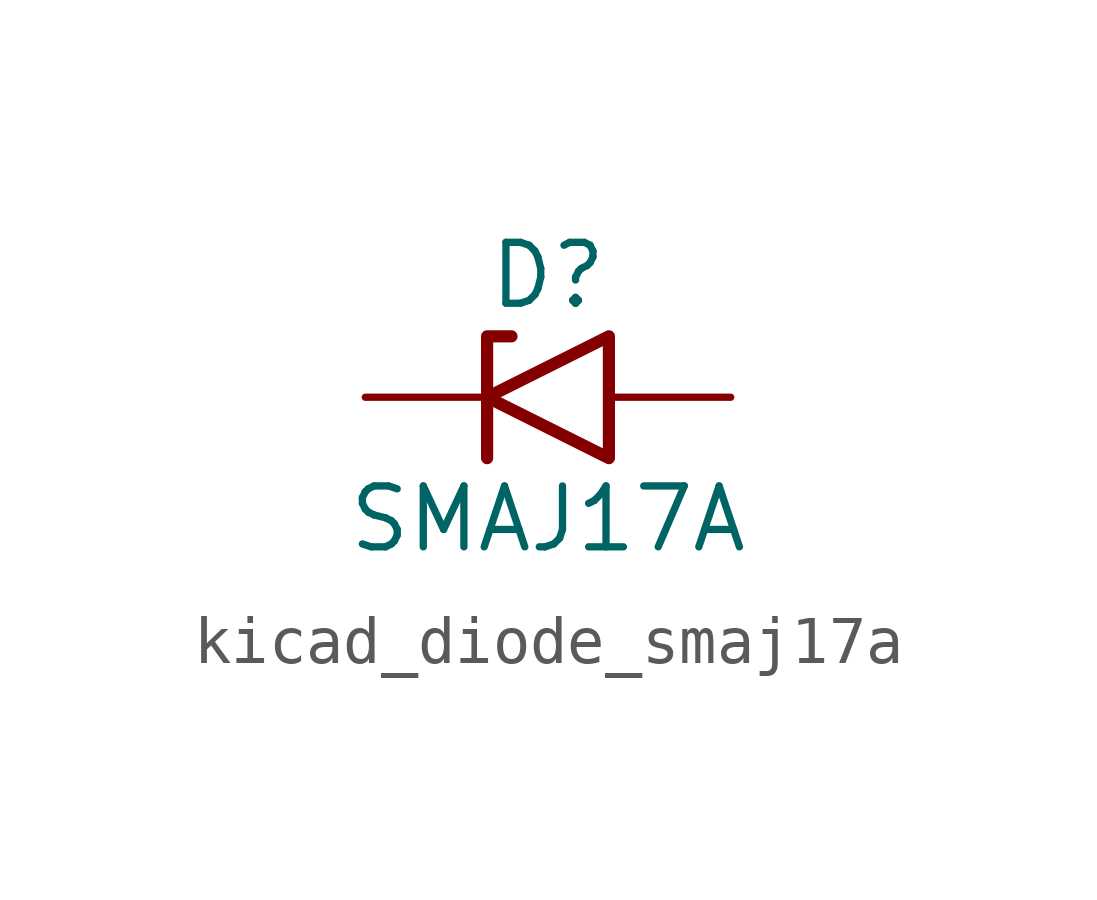
<source format=kicad_sym>
(kicad_symbol_lib
  (version 20220914)
  (generator kicad_symbol_editor)
  (symbol "kicad_diode_smaj17a"
    (pin_numbers hide)
    (pin_names
      (offset 1.016) hide)
    (property "Reference" "D"
      (at 0 2.54 0)
      (effects (font (size 1.27 1.27))))
    (property "Value" "SMAJ17A"
      (at 0 -2.54 0)
      (effects (font (size 1.27 1.27))))
    (symbol "kicad_diode_smaj17a_0_1"
      (polyline (pts (xy -0.762 1.27) (xy -1.27 1.27) (xy -1.27 -1.27)) (stroke (width 0.254) (type default)) (fill (type none)))
      (polyline (pts (xy 1.27 1.27) (xy 1.27 -1.27) (xy -1.27 0) (xy 1.27 1.27)) (stroke (width 0.254) (type default)) (fill (type none))))
    (symbol "kicad_diode_smaj17a_1_1"
      (pin passive line (at -3.81 0 0) (length 2.54) (name "A1" (effects (font (size 1.27 1.27)))) (number "1" (effects (font (size 1.27 1.27)))))
      (pin passive line (at 3.81 0 180) (length 2.54) (name "A2" (effects (font (size 1.27 1.27)))) (number "2" (effects (font (size 1.27 1.27))))))))
</source>
